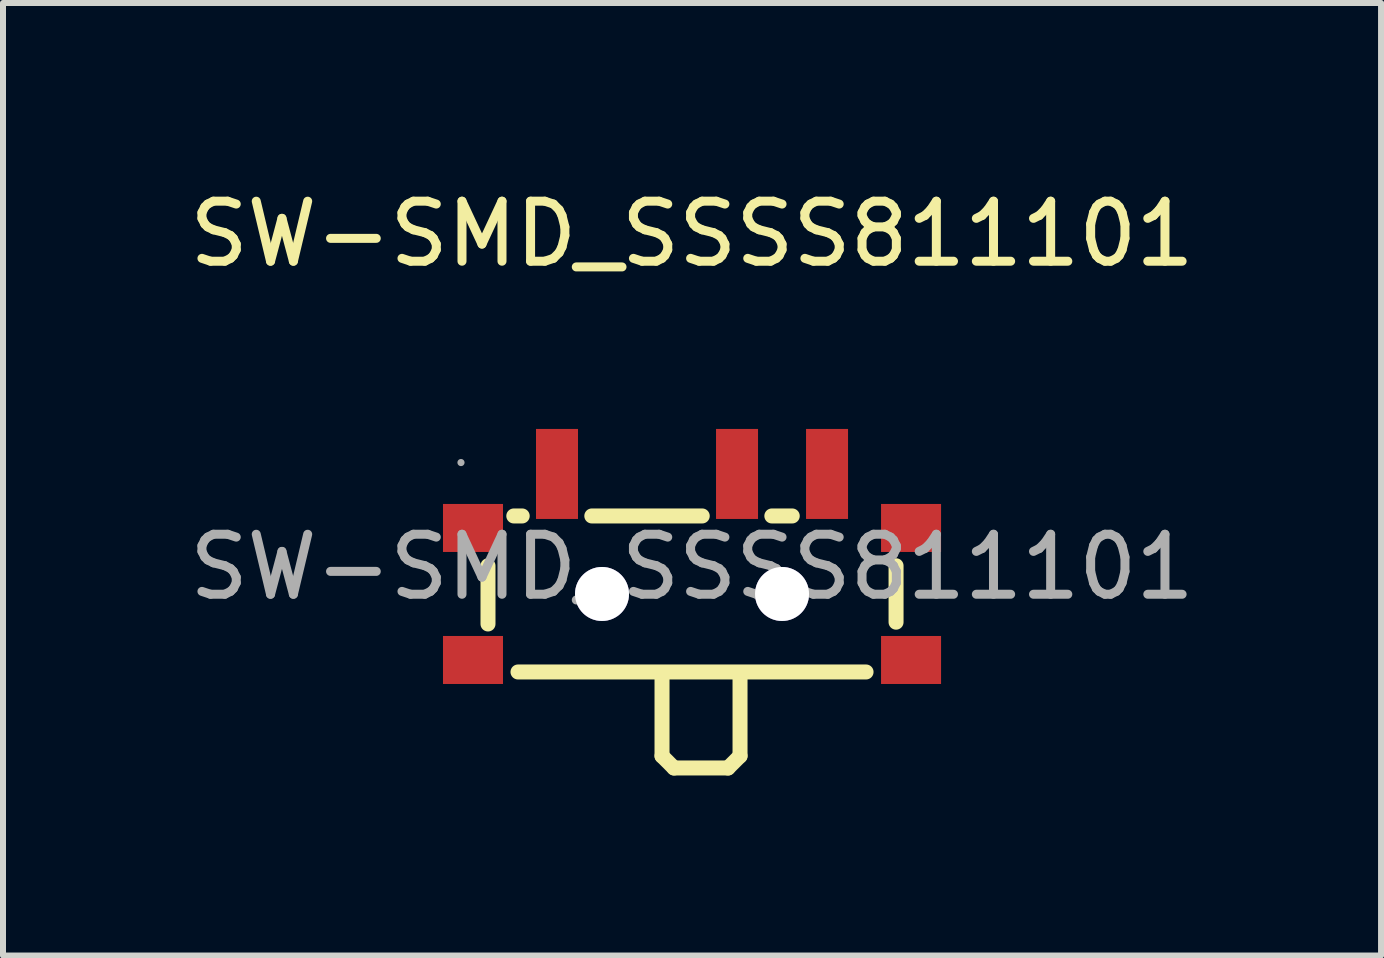
<source format=kicad_pcb>
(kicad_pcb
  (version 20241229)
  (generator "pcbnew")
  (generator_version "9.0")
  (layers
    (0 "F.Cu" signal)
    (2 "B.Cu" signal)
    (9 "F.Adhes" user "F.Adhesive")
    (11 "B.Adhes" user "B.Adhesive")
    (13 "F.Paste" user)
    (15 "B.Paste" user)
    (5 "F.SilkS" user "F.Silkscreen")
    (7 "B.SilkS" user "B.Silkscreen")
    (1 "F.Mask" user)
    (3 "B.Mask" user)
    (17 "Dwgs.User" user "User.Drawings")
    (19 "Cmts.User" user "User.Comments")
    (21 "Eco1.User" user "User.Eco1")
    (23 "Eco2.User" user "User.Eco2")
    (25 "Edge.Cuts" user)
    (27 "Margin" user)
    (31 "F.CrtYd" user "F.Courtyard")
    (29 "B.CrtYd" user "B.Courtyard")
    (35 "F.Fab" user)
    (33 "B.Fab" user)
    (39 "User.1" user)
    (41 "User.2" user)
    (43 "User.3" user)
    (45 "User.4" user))
  (footprint "SW-SMD_SSSS811101"
    (layer "F.Cu")
    (at 8.482 6.398)
    (property "Reference" "SW-SMD_SSSS811101" (at 0 -5.55 0) (layer "F.SilkS") (effects (font (size 1 1) (thickness 0.15))))
    (attr through_hole)
    (fp_line (start -3.4 0.95) (end -3.4 -0.02) (stroke (width 0.25) (type solid)) (layer "F.SilkS"))
    (fp_line (start -2.97 -0.85) (end -2.83 -0.85) (stroke (width 0.25) (type solid)) (layer "F.SilkS"))
    (fp_line (start -1.67 -0.85) (end 0.17 -0.85) (stroke (width 0.25) (type solid)) (layer "F.SilkS"))
    (fp_line (start -0.5 3.15) (end -0.5 1.85) (stroke (width 0.25) (type solid)) (layer "F.SilkS"))
    (fp_line (start -0.3 3.35) (end -0.5 3.15) (stroke (width 0.25) (type solid)) (layer "F.SilkS"))
    (fp_line (start -0.3 3.35) (end 0.6 3.35) (stroke (width 0.25) (type solid)) (layer "F.SilkS"))
    (fp_line (start 0.6 3.35) (end 0.8 3.15) (stroke (width 0.25) (type solid)) (layer "F.SilkS"))
    (fp_line (start 0.8 3.15) (end 0.8 1.85) (stroke (width 0.25) (type solid)) (layer "F.SilkS"))
    (fp_line (start 1.33 -0.85) (end 1.67 -0.85) (stroke (width 0.25) (type solid)) (layer "F.SilkS"))
    (fp_line (start 2.9 1.75) (end -2.9 1.75) (stroke (width 0.25) (type solid)) (layer "F.SilkS"))
    (fp_line (start 3.4 -0.02) (end 3.4 0.92) (stroke (width 0.25) (type solid)) (layer "F.SilkS"))
    (fp_circle (center -1.5 0.45) (end -1.3 0.45) (stroke (width 0.4) (type solid)) (fill no) (layer "Cmts.User"))
    (fp_circle (center 1.5 0.45) (end 1.7 0.45) (stroke (width 0.4) (type solid)) (fill no) (layer "Cmts.User"))
    (fp_circle (center -3.85 -1.74) (end -3.82 -1.74) (stroke (width 0.06) (type solid)) (fill no) (layer "F.Fab"))
    (fp_text user "${REFERENCE}" (at 0 0 0) (layer "F.Fab") (effects (font (size 1 1) (thickness 0.15))))
    (pad "" thru_hole circle (at -1.5 0.45) (size 0.9 0.9) (drill 0.9) (layers "*.Cu" "*.Mask"))
    (pad "" thru_hole circle (at 1.5 0.45) (size 0.9 0.9) (drill 0.9) (layers "*.Cu" "*.Mask"))
    (pad "1" smd rect (at -2.25 -1.55) (size 0.7 1.5) (layers "F.Cu" "F.Mask" "F.Paste"))
    (pad "2" smd rect (at 0.75 -1.55) (size 0.7 1.5) (layers "F.Cu" "F.Mask" "F.Paste"))
    (pad "3" smd rect (at 2.25 -1.55) (size 0.7 1.5) (layers "F.Cu" "F.Mask" "F.Paste"))
    (pad "4" smd rect (at -3.65 -0.65 90) (size 0.8 1) (layers "F.Cu" "F.Mask" "F.Paste"))
    (pad "5" smd rect (at 3.65 -0.65 90) (size 0.8 1) (layers "F.Cu" "F.Mask" "F.Paste"))
    (pad "6" smd rect (at 3.65 1.55 90) (size 0.8 1) (layers "F.Cu" "F.Mask" "F.Paste"))
    (pad "7" smd rect (at -3.65 1.55 90) (size 0.8 1) (layers "F.Cu" "F.Mask" "F.Paste")))
  (gr_rect
    (start -3 -3)
    (end 19.964 12.873)
    (stroke (width 0.1) (type default))
    (fill no)
    (layer "Edge.Cuts")))
</source>
